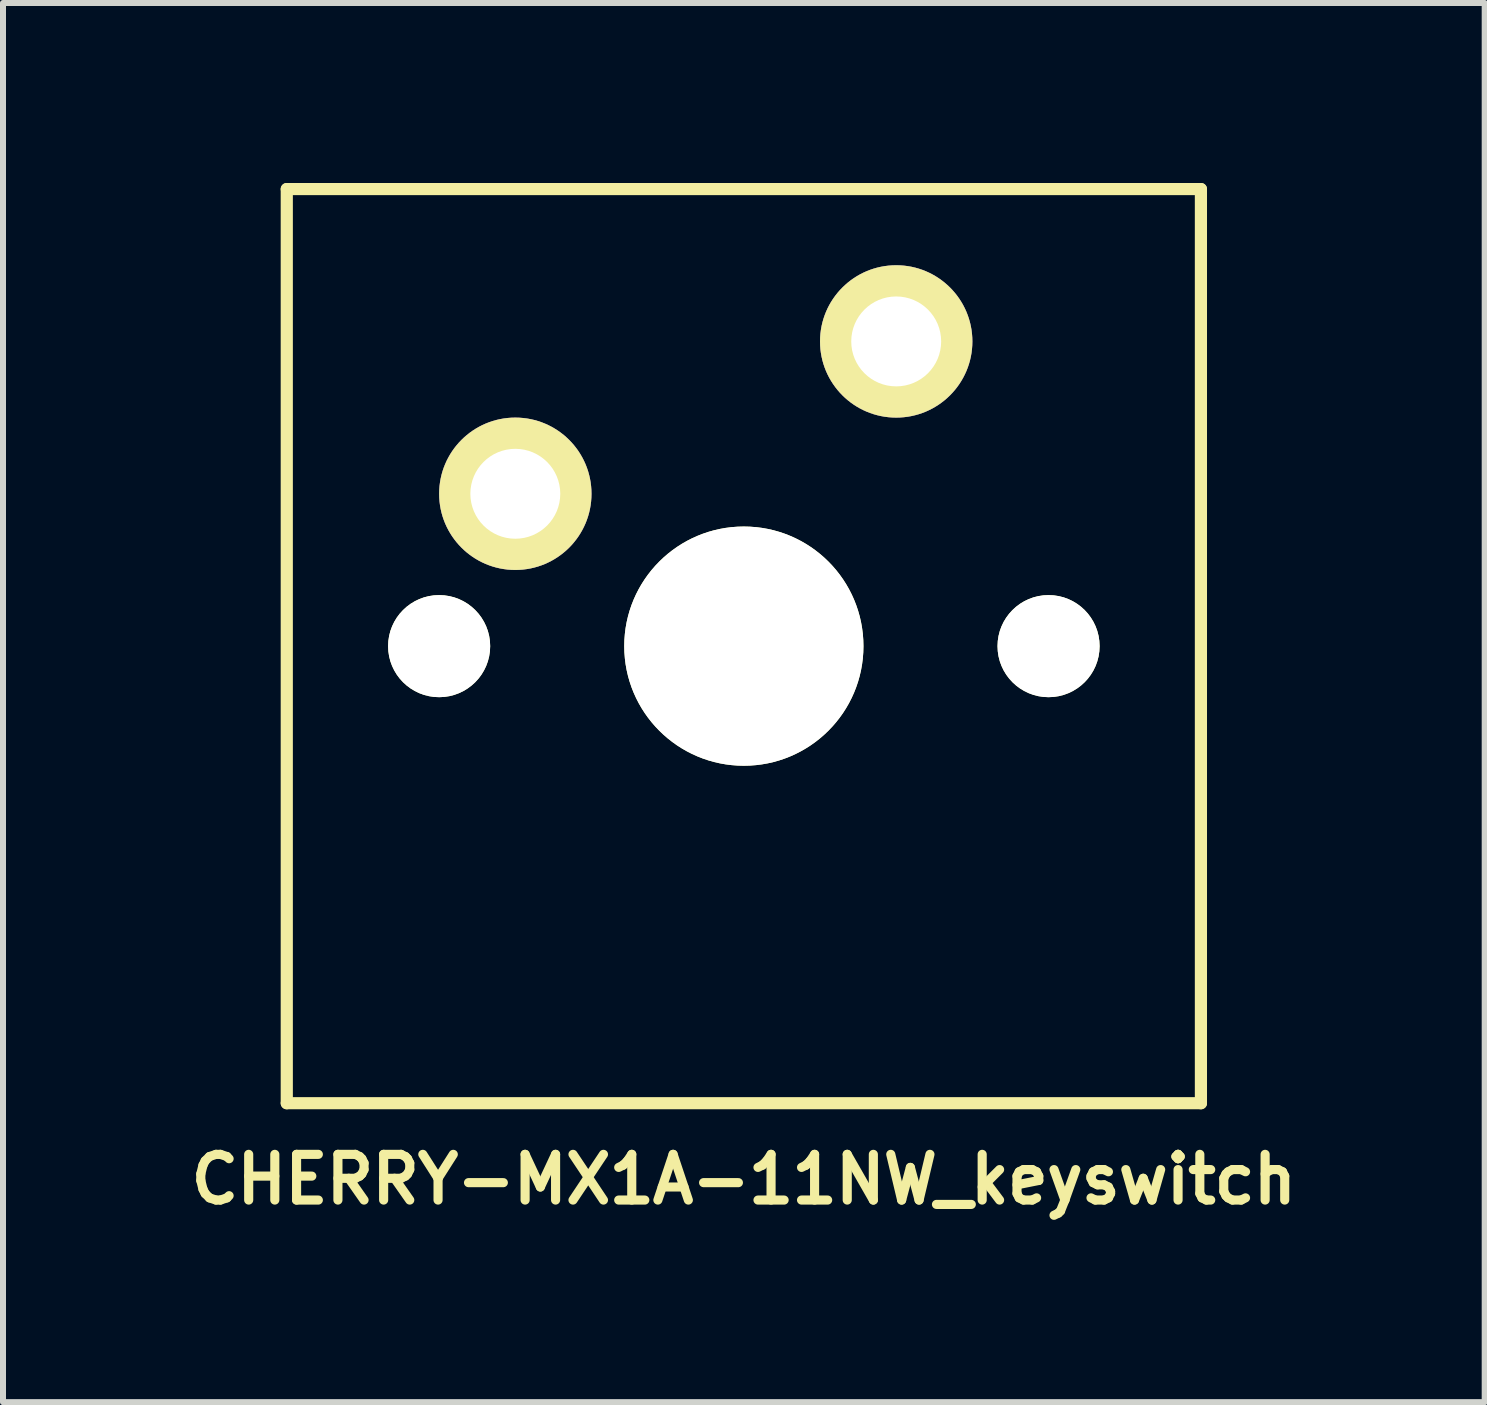
<source format=kicad_pcb>
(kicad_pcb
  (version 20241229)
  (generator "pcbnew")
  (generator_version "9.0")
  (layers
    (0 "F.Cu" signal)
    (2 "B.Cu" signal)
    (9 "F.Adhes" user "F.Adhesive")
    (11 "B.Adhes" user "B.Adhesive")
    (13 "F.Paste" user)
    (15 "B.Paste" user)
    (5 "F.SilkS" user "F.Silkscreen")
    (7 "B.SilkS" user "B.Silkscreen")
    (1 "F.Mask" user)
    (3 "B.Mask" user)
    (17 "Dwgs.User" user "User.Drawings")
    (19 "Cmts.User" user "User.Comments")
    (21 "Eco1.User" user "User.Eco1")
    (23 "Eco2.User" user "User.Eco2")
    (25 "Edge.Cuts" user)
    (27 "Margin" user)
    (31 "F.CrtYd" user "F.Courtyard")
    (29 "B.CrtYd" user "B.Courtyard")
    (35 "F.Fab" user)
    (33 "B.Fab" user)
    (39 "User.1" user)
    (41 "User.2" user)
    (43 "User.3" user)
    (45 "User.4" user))
  (footprint "CHERRY-MX1A-11NW_keyswitch"
    (layer "F.Cu")
    (at 9.351 7.722)
    (property "Reference" "CHERRY-MX1A-11NW_keyswitch" (at 0 8.89 0) (layer "F.SilkS") (effects (font (size 0.762 0.762) (thickness 0.152))))
    (attr through_hole)
    (fp_line (start -7.62 -7.62) (end -7.62 7.62) (stroke (width 0.203) (type solid)) (layer "F.SilkS"))
    (fp_line (start -7.62 7.62) (end 7.62 7.62) (stroke (width 0.203) (type solid)) (layer "F.SilkS"))
    (fp_line (start 7.62 -7.62) (end -7.62 -7.62) (stroke (width 0.203) (type solid)) (layer "F.SilkS"))
    (fp_line (start 7.62 7.62) (end 7.62 -7.62) (stroke (width 0.203) (type solid)) (layer "F.SilkS"))
    (pad "" np_thru_hole circle (at -5.08 0) (size 1.702 1.702) (drill 1.702) (layers "*.Cu" "*.Mask" "F.SilkS"))
    (pad "" np_thru_hole circle (at 0 0) (size 3.988 3.988) (drill 3.988) (layers "*.Cu" "*.Mask" "F.SilkS"))
    (pad "" np_thru_hole circle (at 5.08 0) (size 1.702 1.702) (drill 1.702) (layers "*.Cu" "*.Mask" "F.SilkS"))
    (pad "1" thru_hole circle (at -3.81 -2.54) (size 2.54 2.54) (drill 1.499) (layers "*.Cu" "*.Mask" "F.SilkS"))
    (pad "2" thru_hole circle (at 2.54 -5.08) (size 2.54 2.54) (drill 1.499) (layers "*.Cu" "*.Mask" "F.SilkS")))
  (gr_rect
    (start -3 -3)
    (end 21.702 20.325)
    (stroke (width 0.1) (type default))
    (fill no)
    (layer "Edge.Cuts")))
</source>
